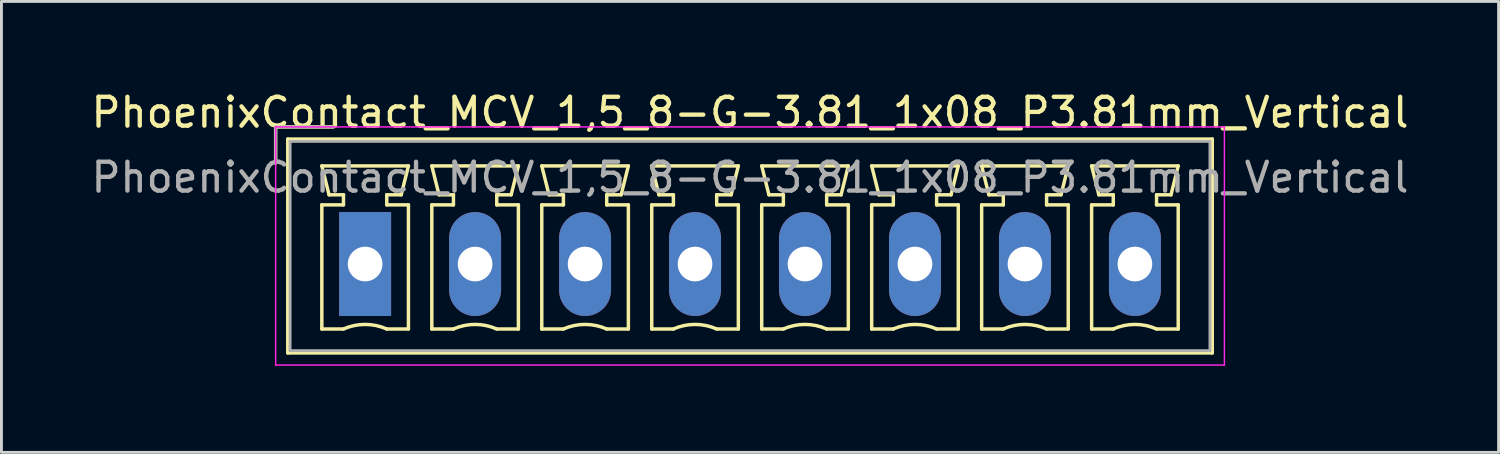
<source format=kicad_pcb>
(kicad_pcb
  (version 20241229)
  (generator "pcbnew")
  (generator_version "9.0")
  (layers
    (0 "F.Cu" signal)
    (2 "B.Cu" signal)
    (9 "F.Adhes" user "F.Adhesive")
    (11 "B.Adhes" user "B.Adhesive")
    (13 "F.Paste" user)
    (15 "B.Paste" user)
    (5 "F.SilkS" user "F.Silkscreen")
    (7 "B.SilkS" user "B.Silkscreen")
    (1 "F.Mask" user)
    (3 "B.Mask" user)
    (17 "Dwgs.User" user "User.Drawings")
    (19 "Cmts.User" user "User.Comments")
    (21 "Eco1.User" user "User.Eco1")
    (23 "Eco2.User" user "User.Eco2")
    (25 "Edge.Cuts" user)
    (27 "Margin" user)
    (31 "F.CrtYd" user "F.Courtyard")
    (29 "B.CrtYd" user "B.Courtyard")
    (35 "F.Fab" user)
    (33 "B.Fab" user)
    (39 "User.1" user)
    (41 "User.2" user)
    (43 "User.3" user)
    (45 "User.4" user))
  (footprint "PhoenixContact_MCV_1,5_8-G-3.81_1x08_P3.81mm_Vertical"
    (layer "F.Cu")
    (at 9.6 6.098)
    (property "Reference" "PhoenixContact_MCV_1,5_8-G-3.81_1x08_P3.81mm_Vertical" (at 13.335 -5.25 0) (layer "F.SilkS") (effects (font (size 1 1) (thickness 0.15))))
    (attr through_hole)
    (fp_line (start -3.1 -4.75) (end -1.1 -4.75) (stroke (width 0.12) (type solid)) (layer "F.SilkS"))
    (fp_line (start -3.1 -3.5) (end -3.1 -4.75) (stroke (width 0.12) (type solid)) (layer "F.SilkS"))
    (fp_line (start -2.68 -4.33) (end -2.68 3.08) (stroke (width 0.12) (type solid)) (layer "F.SilkS"))
    (fp_line (start -2.68 3.08) (end 29.35 3.08) (stroke (width 0.12) (type solid)) (layer "F.SilkS"))
    (fp_line (start -1.5 -3.4) (end 1.5 -3.4) (stroke (width 0.12) (type solid)) (layer "F.SilkS"))
    (fp_line (start -1.5 -2.05) (end -0.75 -2.05) (stroke (width 0.12) (type solid)) (layer "F.SilkS"))
    (fp_line (start -1.5 2.25) (end -1.5 -2.05) (stroke (width 0.12) (type solid)) (layer "F.SilkS"))
    (fp_line (start -1.25 -2.4) (end -1.5 -3.4) (stroke (width 0.12) (type solid)) (layer "F.SilkS"))
    (fp_line (start -0.75 -2.4) (end -1.25 -2.4) (stroke (width 0.12) (type solid)) (layer "F.SilkS"))
    (fp_line (start -0.75 -2.05) (end -0.75 -2.4) (stroke (width 0.12) (type solid)) (layer "F.SilkS"))
    (fp_line (start -0.75 2.25) (end -1.5 2.25) (stroke (width 0.12) (type solid)) (layer "F.SilkS"))
    (fp_line (start 0.75 -2.4) (end 0.75 -2.05) (stroke (width 0.12) (type solid)) (layer "F.SilkS"))
    (fp_line (start 0.75 -2.05) (end 1.5 -2.05) (stroke (width 0.12) (type solid)) (layer "F.SilkS"))
    (fp_line (start 1.25 -2.4) (end 0.75 -2.4) (stroke (width 0.12) (type solid)) (layer "F.SilkS"))
    (fp_line (start 1.5 -3.4) (end 1.25 -2.4) (stroke (width 0.12) (type solid)) (layer "F.SilkS"))
    (fp_line (start 1.5 -2.05) (end 1.5 2.25) (stroke (width 0.12) (type solid)) (layer "F.SilkS"))
    (fp_line (start 1.5 2.25) (end 0.75 2.25) (stroke (width 0.12) (type solid)) (layer "F.SilkS"))
    (fp_line (start 2.31 -3.4) (end 5.31 -3.4) (stroke (width 0.12) (type solid)) (layer "F.SilkS"))
    (fp_line (start 2.31 -2.05) (end 3.06 -2.05) (stroke (width 0.12) (type solid)) (layer "F.SilkS"))
    (fp_line (start 2.31 2.25) (end 2.31 -2.05) (stroke (width 0.12) (type solid)) (layer "F.SilkS"))
    (fp_line (start 2.56 -2.4) (end 2.31 -3.4) (stroke (width 0.12) (type solid)) (layer "F.SilkS"))
    (fp_line (start 3.06 -2.4) (end 2.56 -2.4) (stroke (width 0.12) (type solid)) (layer "F.SilkS"))
    (fp_line (start 3.06 -2.05) (end 3.06 -2.4) (stroke (width 0.12) (type solid)) (layer "F.SilkS"))
    (fp_line (start 3.06 2.25) (end 2.31 2.25) (stroke (width 0.12) (type solid)) (layer "F.SilkS"))
    (fp_line (start 4.56 -2.4) (end 4.56 -2.05) (stroke (width 0.12) (type solid)) (layer "F.SilkS"))
    (fp_line (start 4.56 -2.05) (end 5.31 -2.05) (stroke (width 0.12) (type solid)) (layer "F.SilkS"))
    (fp_line (start 5.06 -2.4) (end 4.56 -2.4) (stroke (width 0.12) (type solid)) (layer "F.SilkS"))
    (fp_line (start 5.31 -3.4) (end 5.06 -2.4) (stroke (width 0.12) (type solid)) (layer "F.SilkS"))
    (fp_line (start 5.31 -2.05) (end 5.31 2.25) (stroke (width 0.12) (type solid)) (layer "F.SilkS"))
    (fp_line (start 5.31 2.25) (end 4.56 2.25) (stroke (width 0.12) (type solid)) (layer "F.SilkS"))
    (fp_line (start 6.12 -3.4) (end 9.12 -3.4) (stroke (width 0.12) (type solid)) (layer "F.SilkS"))
    (fp_line (start 6.12 -2.05) (end 6.87 -2.05) (stroke (width 0.12) (type solid)) (layer "F.SilkS"))
    (fp_line (start 6.12 2.25) (end 6.12 -2.05) (stroke (width 0.12) (type solid)) (layer "F.SilkS"))
    (fp_line (start 6.37 -2.4) (end 6.12 -3.4) (stroke (width 0.12) (type solid)) (layer "F.SilkS"))
    (fp_line (start 6.87 -2.4) (end 6.37 -2.4) (stroke (width 0.12) (type solid)) (layer "F.SilkS"))
    (fp_line (start 6.87 -2.05) (end 6.87 -2.4) (stroke (width 0.12) (type solid)) (layer "F.SilkS"))
    (fp_line (start 6.87 2.25) (end 6.12 2.25) (stroke (width 0.12) (type solid)) (layer "F.SilkS"))
    (fp_line (start 8.37 -2.4) (end 8.37 -2.05) (stroke (width 0.12) (type solid)) (layer "F.SilkS"))
    (fp_line (start 8.37 -2.05) (end 9.12 -2.05) (stroke (width 0.12) (type solid)) (layer "F.SilkS"))
    (fp_line (start 8.87 -2.4) (end 8.37 -2.4) (stroke (width 0.12) (type solid)) (layer "F.SilkS"))
    (fp_line (start 9.12 -3.4) (end 8.87 -2.4) (stroke (width 0.12) (type solid)) (layer "F.SilkS"))
    (fp_line (start 9.12 -2.05) (end 9.12 2.25) (stroke (width 0.12) (type solid)) (layer "F.SilkS"))
    (fp_line (start 9.12 2.25) (end 8.37 2.25) (stroke (width 0.12) (type solid)) (layer "F.SilkS"))
    (fp_line (start 9.93 -3.4) (end 12.93 -3.4) (stroke (width 0.12) (type solid)) (layer "F.SilkS"))
    (fp_line (start 9.93 -2.05) (end 10.68 -2.05) (stroke (width 0.12) (type solid)) (layer "F.SilkS"))
    (fp_line (start 9.93 2.25) (end 9.93 -2.05) (stroke (width 0.12) (type solid)) (layer "F.SilkS"))
    (fp_line (start 10.18 -2.4) (end 9.93 -3.4) (stroke (width 0.12) (type solid)) (layer "F.SilkS"))
    (fp_line (start 10.68 -2.4) (end 10.18 -2.4) (stroke (width 0.12) (type solid)) (layer "F.SilkS"))
    (fp_line (start 10.68 -2.05) (end 10.68 -2.4) (stroke (width 0.12) (type solid)) (layer "F.SilkS"))
    (fp_line (start 10.68 2.25) (end 9.93 2.25) (stroke (width 0.12) (type solid)) (layer "F.SilkS"))
    (fp_line (start 12.18 -2.4) (end 12.18 -2.05) (stroke (width 0.12) (type solid)) (layer "F.SilkS"))
    (fp_line (start 12.18 -2.05) (end 12.93 -2.05) (stroke (width 0.12) (type solid)) (layer "F.SilkS"))
    (fp_line (start 12.68 -2.4) (end 12.18 -2.4) (stroke (width 0.12) (type solid)) (layer "F.SilkS"))
    (fp_line (start 12.93 -3.4) (end 12.68 -2.4) (stroke (width 0.12) (type solid)) (layer "F.SilkS"))
    (fp_line (start 12.93 -2.05) (end 12.93 2.25) (stroke (width 0.12) (type solid)) (layer "F.SilkS"))
    (fp_line (start 12.93 2.25) (end 12.18 2.25) (stroke (width 0.12) (type solid)) (layer "F.SilkS"))
    (fp_line (start 13.74 -3.4) (end 16.74 -3.4) (stroke (width 0.12) (type solid)) (layer "F.SilkS"))
    (fp_line (start 13.74 -2.05) (end 14.49 -2.05) (stroke (width 0.12) (type solid)) (layer "F.SilkS"))
    (fp_line (start 13.74 2.25) (end 13.74 -2.05) (stroke (width 0.12) (type solid)) (layer "F.SilkS"))
    (fp_line (start 13.99 -2.4) (end 13.74 -3.4) (stroke (width 0.12) (type solid)) (layer "F.SilkS"))
    (fp_line (start 14.49 -2.4) (end 13.99 -2.4) (stroke (width 0.12) (type solid)) (layer "F.SilkS"))
    (fp_line (start 14.49 -2.05) (end 14.49 -2.4) (stroke (width 0.12) (type solid)) (layer "F.SilkS"))
    (fp_line (start 14.49 2.25) (end 13.74 2.25) (stroke (width 0.12) (type solid)) (layer "F.SilkS"))
    (fp_line (start 15.99 -2.4) (end 15.99 -2.05) (stroke (width 0.12) (type solid)) (layer "F.SilkS"))
    (fp_line (start 15.99 -2.05) (end 16.74 -2.05) (stroke (width 0.12) (type solid)) (layer "F.SilkS"))
    (fp_line (start 16.49 -2.4) (end 15.99 -2.4) (stroke (width 0.12) (type solid)) (layer "F.SilkS"))
    (fp_line (start 16.74 -3.4) (end 16.49 -2.4) (stroke (width 0.12) (type solid)) (layer "F.SilkS"))
    (fp_line (start 16.74 -2.05) (end 16.74 2.25) (stroke (width 0.12) (type solid)) (layer "F.SilkS"))
    (fp_line (start 16.74 2.25) (end 15.99 2.25) (stroke (width 0.12) (type solid)) (layer "F.SilkS"))
    (fp_line (start 17.55 -3.4) (end 20.55 -3.4) (stroke (width 0.12) (type solid)) (layer "F.SilkS"))
    (fp_line (start 17.55 -2.05) (end 18.3 -2.05) (stroke (width 0.12) (type solid)) (layer "F.SilkS"))
    (fp_line (start 17.55 2.25) (end 17.55 -2.05) (stroke (width 0.12) (type solid)) (layer "F.SilkS"))
    (fp_line (start 17.8 -2.4) (end 17.55 -3.4) (stroke (width 0.12) (type solid)) (layer "F.SilkS"))
    (fp_line (start 18.3 -2.4) (end 17.8 -2.4) (stroke (width 0.12) (type solid)) (layer "F.SilkS"))
    (fp_line (start 18.3 -2.05) (end 18.3 -2.4) (stroke (width 0.12) (type solid)) (layer "F.SilkS"))
    (fp_line (start 18.3 2.25) (end 17.55 2.25) (stroke (width 0.12) (type solid)) (layer "F.SilkS"))
    (fp_line (start 19.8 -2.4) (end 19.8 -2.05) (stroke (width 0.12) (type solid)) (layer "F.SilkS"))
    (fp_line (start 19.8 -2.05) (end 20.55 -2.05) (stroke (width 0.12) (type solid)) (layer "F.SilkS"))
    (fp_line (start 20.3 -2.4) (end 19.8 -2.4) (stroke (width 0.12) (type solid)) (layer "F.SilkS"))
    (fp_line (start 20.55 -3.4) (end 20.3 -2.4) (stroke (width 0.12) (type solid)) (layer "F.SilkS"))
    (fp_line (start 20.55 -2.05) (end 20.55 2.25) (stroke (width 0.12) (type solid)) (layer "F.SilkS"))
    (fp_line (start 20.55 2.25) (end 19.8 2.25) (stroke (width 0.12) (type solid)) (layer "F.SilkS"))
    (fp_line (start 21.36 -3.4) (end 24.36 -3.4) (stroke (width 0.12) (type solid)) (layer "F.SilkS"))
    (fp_line (start 21.36 -2.05) (end 22.11 -2.05) (stroke (width 0.12) (type solid)) (layer "F.SilkS"))
    (fp_line (start 21.36 2.25) (end 21.36 -2.05) (stroke (width 0.12) (type solid)) (layer "F.SilkS"))
    (fp_line (start 21.61 -2.4) (end 21.36 -3.4) (stroke (width 0.12) (type solid)) (layer "F.SilkS"))
    (fp_line (start 22.11 -2.4) (end 21.61 -2.4) (stroke (width 0.12) (type solid)) (layer "F.SilkS"))
    (fp_line (start 22.11 -2.05) (end 22.11 -2.4) (stroke (width 0.12) (type solid)) (layer "F.SilkS"))
    (fp_line (start 22.11 2.25) (end 21.36 2.25) (stroke (width 0.12) (type solid)) (layer "F.SilkS"))
    (fp_line (start 23.61 -2.4) (end 23.61 -2.05) (stroke (width 0.12) (type solid)) (layer "F.SilkS"))
    (fp_line (start 23.61 -2.05) (end 24.36 -2.05) (stroke (width 0.12) (type solid)) (layer "F.SilkS"))
    (fp_line (start 24.11 -2.4) (end 23.61 -2.4) (stroke (width 0.12) (type solid)) (layer "F.SilkS"))
    (fp_line (start 24.36 -3.4) (end 24.11 -2.4) (stroke (width 0.12) (type solid)) (layer "F.SilkS"))
    (fp_line (start 24.36 -2.05) (end 24.36 2.25) (stroke (width 0.12) (type solid)) (layer "F.SilkS"))
    (fp_line (start 24.36 2.25) (end 23.61 2.25) (stroke (width 0.12) (type solid)) (layer "F.SilkS"))
    (fp_line (start 25.17 -3.4) (end 28.17 -3.4) (stroke (width 0.12) (type solid)) (layer "F.SilkS"))
    (fp_line (start 25.17 -2.05) (end 25.92 -2.05) (stroke (width 0.12) (type solid)) (layer "F.SilkS"))
    (fp_line (start 25.17 2.25) (end 25.17 -2.05) (stroke (width 0.12) (type solid)) (layer "F.SilkS"))
    (fp_line (start 25.42 -2.4) (end 25.17 -3.4) (stroke (width 0.12) (type solid)) (layer "F.SilkS"))
    (fp_line (start 25.92 -2.4) (end 25.42 -2.4) (stroke (width 0.12) (type solid)) (layer "F.SilkS"))
    (fp_line (start 25.92 -2.05) (end 25.92 -2.4) (stroke (width 0.12) (type solid)) (layer "F.SilkS"))
    (fp_line (start 25.92 2.25) (end 25.17 2.25) (stroke (width 0.12) (type solid)) (layer "F.SilkS"))
    (fp_line (start 27.42 -2.4) (end 27.42 -2.05) (stroke (width 0.12) (type solid)) (layer "F.SilkS"))
    (fp_line (start 27.42 -2.05) (end 28.17 -2.05) (stroke (width 0.12) (type solid)) (layer "F.SilkS"))
    (fp_line (start 27.92 -2.4) (end 27.42 -2.4) (stroke (width 0.12) (type solid)) (layer "F.SilkS"))
    (fp_line (start 28.17 -3.4) (end 27.92 -2.4) (stroke (width 0.12) (type solid)) (layer "F.SilkS"))
    (fp_line (start 28.17 -2.05) (end 28.17 2.25) (stroke (width 0.12) (type solid)) (layer "F.SilkS"))
    (fp_line (start 28.17 2.25) (end 27.42 2.25) (stroke (width 0.12) (type solid)) (layer "F.SilkS"))
    (fp_line (start 29.35 -4.33) (end -2.68 -4.33) (stroke (width 0.12) (type solid)) (layer "F.SilkS"))
    (fp_line (start 29.35 3.08) (end 29.35 -4.33) (stroke (width 0.12) (type solid)) (layer "F.SilkS"))
    (fp_arc (start -0.75 2.25) (mid -0.000193 2.09191) (end 0.749647 2.249844) (stroke (width 0.12) (type solid)) (layer "F.SilkS"))
    (fp_arc (start 3.06 2.25) (mid 3.809807 2.09191) (end 4.559647 2.249844) (stroke (width 0.12) (type solid)) (layer "F.SilkS"))
    (fp_arc (start 6.87 2.25) (mid 7.619807 2.09191) (end 8.369647 2.249844) (stroke (width 0.12) (type solid)) (layer "F.SilkS"))
    (fp_arc (start 10.68 2.25) (mid 11.429807 2.09191) (end 12.179647 2.249844) (stroke (width 0.12) (type solid)) (layer "F.SilkS"))
    (fp_arc (start 14.49 2.25) (mid 15.239807 2.09191) (end 15.989647 2.249844) (stroke (width 0.12) (type solid)) (layer "F.SilkS"))
    (fp_arc (start 18.3 2.25) (mid 19.049807 2.09191) (end 19.799647 2.249844) (stroke (width 0.12) (type solid)) (layer "F.SilkS"))
    (fp_arc (start 22.11 2.25) (mid 22.859807 2.09191) (end 23.609647 2.249844) (stroke (width 0.12) (type solid)) (layer "F.SilkS"))
    (fp_arc (start 25.92 2.25) (mid 26.669807 2.09191) (end 27.419647 2.249844) (stroke (width 0.12) (type solid)) (layer "F.SilkS"))
    (fp_line (start -3.1 -4.75) (end -3.1 3.5) (stroke (width 0.05) (type solid)) (layer "F.CrtYd"))
    (fp_line (start -3.1 3.5) (end 29.77 3.5) (stroke (width 0.05) (type solid)) (layer "F.CrtYd"))
    (fp_line (start 29.77 -4.75) (end -3.1 -4.75) (stroke (width 0.05) (type solid)) (layer "F.CrtYd"))
    (fp_line (start 29.77 3.5) (end 29.77 -4.75) (stroke (width 0.05) (type solid)) (layer "F.CrtYd"))
    (fp_line (start -3.1 -4.75) (end -1.1 -4.75) (stroke (width 0.1) (type solid)) (layer "F.Fab"))
    (fp_line (start -3.1 -3.5) (end -3.1 -4.75) (stroke (width 0.1) (type solid)) (layer "F.Fab"))
    (fp_line (start -2.6 -4.25) (end -2.6 3) (stroke (width 0.1) (type solid)) (layer "F.Fab"))
    (fp_line (start -2.6 3) (end 29.27 3) (stroke (width 0.1) (type solid)) (layer "F.Fab"))
    (fp_line (start 29.27 -4.25) (end -2.6 -4.25) (stroke (width 0.1) (type solid)) (layer "F.Fab"))
    (fp_line (start 29.27 3) (end 29.27 -4.25) (stroke (width 0.1) (type solid)) (layer "F.Fab"))
    (fp_text user "${REFERENCE}" (at 13.335 -3 0) (layer "F.Fab") (effects (font (size 1 1) (thickness 0.15))))
    (pad "1" thru_hole rect (at 0 0) (size 1.8 3.6) (drill 1.2) (layers "*.Cu" "*.Mask"))
    (pad "2" thru_hole oval (at 3.81 0) (size 1.8 3.6) (drill 1.2) (layers "*.Cu" "*.Mask"))
    (pad "3" thru_hole oval (at 7.62 0) (size 1.8 3.6) (drill 1.2) (layers "*.Cu" "*.Mask"))
    (pad "4" thru_hole oval (at 11.43 0) (size 1.8 3.6) (drill 1.2) (layers "*.Cu" "*.Mask"))
    (pad "5" thru_hole oval (at 15.24 0) (size 1.8 3.6) (drill 1.2) (layers "*.Cu" "*.Mask"))
    (pad "6" thru_hole oval (at 19.05 0) (size 1.8 3.6) (drill 1.2) (layers "*.Cu" "*.Mask"))
    (pad "7" thru_hole oval (at 22.86 0) (size 1.8 3.6) (drill 1.2) (layers "*.Cu" "*.Mask"))
    (pad "8" thru_hole oval (at 26.67 0) (size 1.8 3.6) (drill 1.2) (layers "*.Cu" "*.Mask")))
  (gr_rect
    (start -3 -3)
    (end 48.869 12.623)
    (stroke (width 0.1) (type default))
    (fill no)
    (layer "Edge.Cuts")))
</source>
